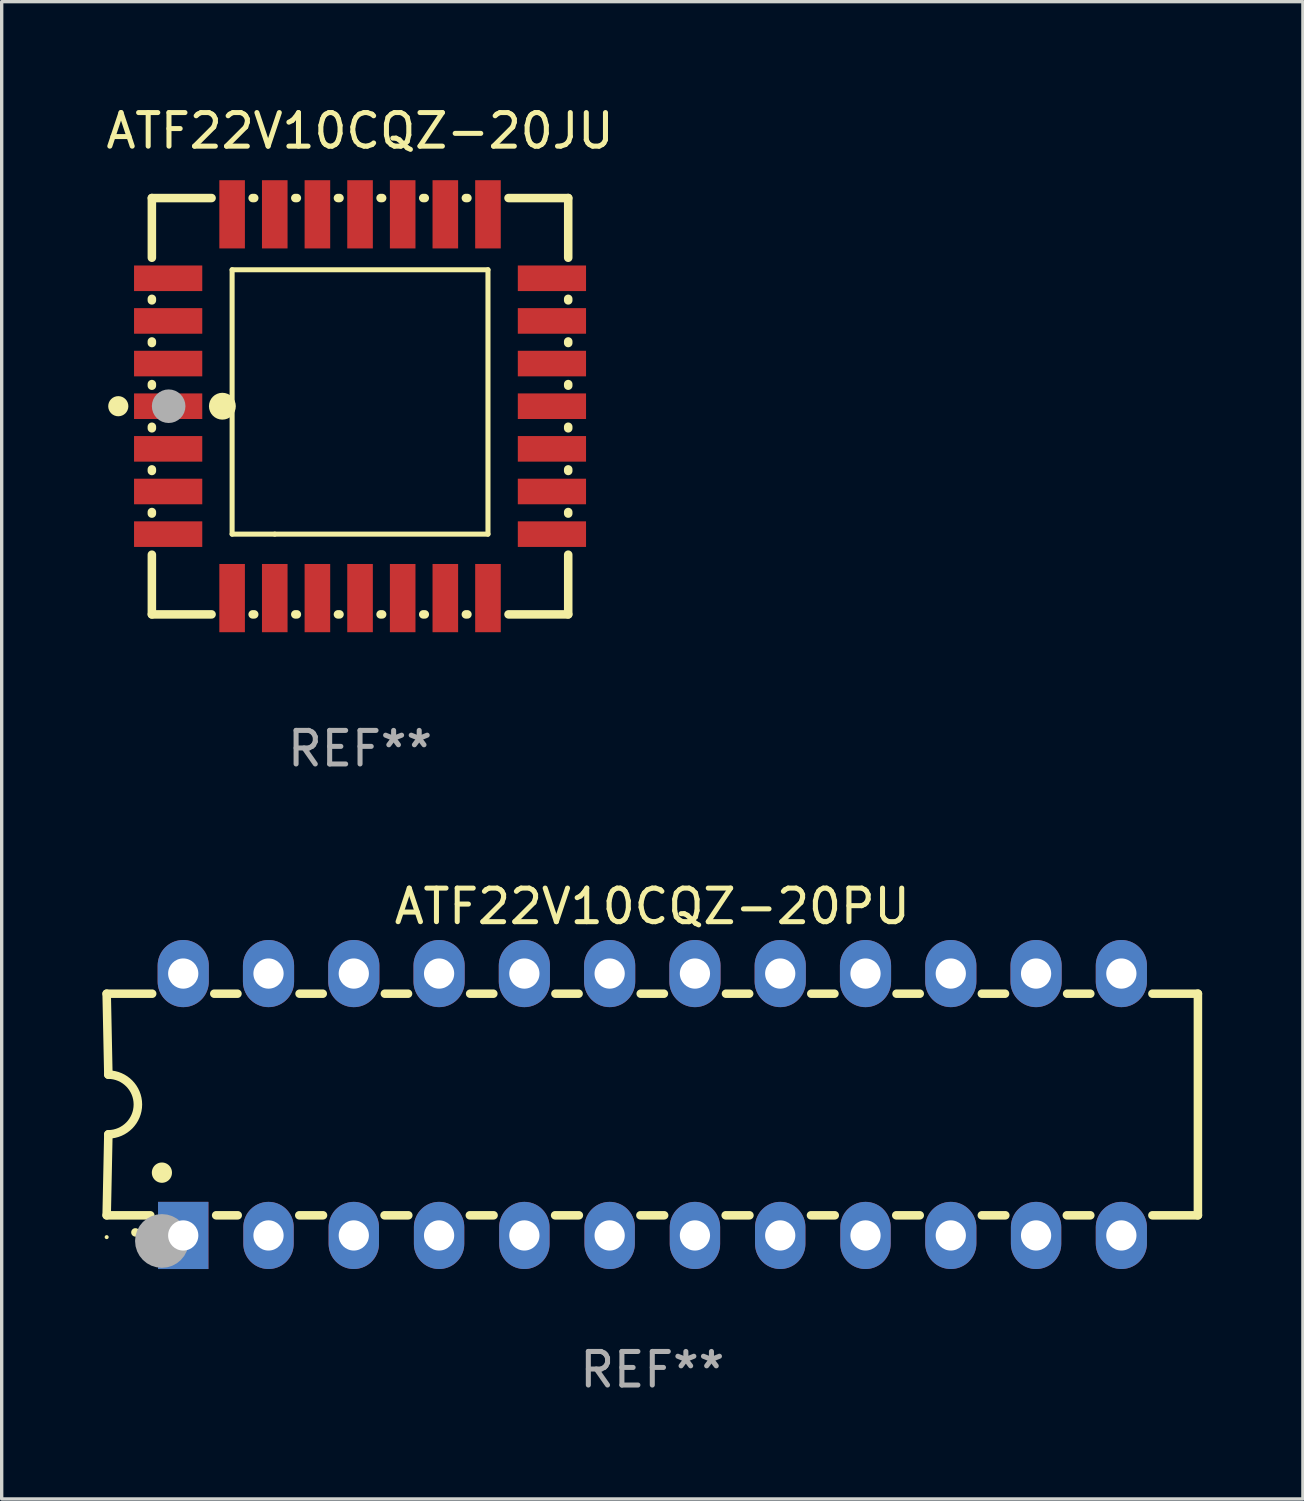
<source format=kicad_pcb>
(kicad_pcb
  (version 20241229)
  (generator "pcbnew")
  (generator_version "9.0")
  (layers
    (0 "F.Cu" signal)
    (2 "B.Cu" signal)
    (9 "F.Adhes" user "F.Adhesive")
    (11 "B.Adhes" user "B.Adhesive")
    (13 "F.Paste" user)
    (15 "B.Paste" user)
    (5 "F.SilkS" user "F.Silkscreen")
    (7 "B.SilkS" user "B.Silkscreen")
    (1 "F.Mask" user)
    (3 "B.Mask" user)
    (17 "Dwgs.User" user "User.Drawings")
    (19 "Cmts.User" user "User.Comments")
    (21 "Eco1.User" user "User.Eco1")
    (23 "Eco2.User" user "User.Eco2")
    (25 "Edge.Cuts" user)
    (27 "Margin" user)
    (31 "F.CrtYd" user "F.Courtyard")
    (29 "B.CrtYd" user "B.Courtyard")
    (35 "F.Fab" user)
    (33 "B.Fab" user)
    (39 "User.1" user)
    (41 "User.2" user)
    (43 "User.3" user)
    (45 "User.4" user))
  (footprint "ATF22V10CQZ-20JU"
    (layer "F.Cu")
    (at 7.673 9.048)
    (property "Reference" "ATF22V10CQZ-20JU" (at 0 -8.2 0) (layer "F.SilkS") (effects (font (size 1 1) (thickness 0.15))))
    (attr through_hole)
    (fp_line (start -6.2 -6.2) (end -4.422 -6.2) (stroke (width 0.254) (type solid)) (layer "F.SilkS"))
    (fp_line (start -6.2 -4.422) (end -6.2 -6.2) (stroke (width 0.254) (type solid)) (layer "F.SilkS"))
    (fp_line (start -6.2 -3.152) (end -6.2 -3.198) (stroke (width 0.254) (type solid)) (layer "F.SilkS"))
    (fp_line (start -6.2 -1.882) (end -6.2 -1.928) (stroke (width 0.254) (type solid)) (layer "F.SilkS"))
    (fp_line (start -6.2 -0.612) (end -6.2 -0.658) (stroke (width 0.254) (type solid)) (layer "F.SilkS"))
    (fp_line (start -6.2 0.658) (end -6.2 0.612) (stroke (width 0.254) (type solid)) (layer "F.SilkS"))
    (fp_line (start -6.2 1.928) (end -6.2 1.882) (stroke (width 0.254) (type solid)) (layer "F.SilkS"))
    (fp_line (start -6.2 3.198) (end -6.2 3.152) (stroke (width 0.254) (type solid)) (layer "F.SilkS"))
    (fp_line (start -6.2 6.2) (end -6.2 4.422) (stroke (width 0.254) (type solid)) (layer "F.SilkS"))
    (fp_line (start -4.422 6.2) (end -6.2 6.2) (stroke (width 0.254) (type solid)) (layer "F.SilkS"))
    (fp_line (start -3.81 -4.064) (end 3.81 -4.064) (stroke (width 0.15) (type solid)) (layer "F.SilkS"))
    (fp_line (start -3.81 3.81) (end -3.81 -4.064) (stroke (width 0.15) (type solid)) (layer "F.SilkS"))
    (fp_line (start -3.198 -6.2) (end -3.152 -6.2) (stroke (width 0.254) (type solid)) (layer "F.SilkS"))
    (fp_line (start -3.152 6.2) (end -3.198 6.2) (stroke (width 0.254) (type solid)) (layer "F.SilkS"))
    (fp_line (start -2.54 3.81) (end -3.81 3.81) (stroke (width 0.15) (type solid)) (layer "F.SilkS"))
    (fp_line (start -1.928 -6.2) (end -1.882 -6.2) (stroke (width 0.254) (type solid)) (layer "F.SilkS"))
    (fp_line (start -1.882 6.2) (end -1.928 6.2) (stroke (width 0.254) (type solid)) (layer "F.SilkS"))
    (fp_line (start -0.658 -6.2) (end -0.612 -6.2) (stroke (width 0.254) (type solid)) (layer "F.SilkS"))
    (fp_line (start -0.612 6.2) (end -0.658 6.2) (stroke (width 0.254) (type solid)) (layer "F.SilkS"))
    (fp_line (start 0.612 -6.2) (end 0.658 -6.2) (stroke (width 0.254) (type solid)) (layer "F.SilkS"))
    (fp_line (start 0.658 6.2) (end 0.612 6.2) (stroke (width 0.254) (type solid)) (layer "F.SilkS"))
    (fp_line (start 1.882 -6.2) (end 1.928 -6.2) (stroke (width 0.254) (type solid)) (layer "F.SilkS"))
    (fp_line (start 1.928 6.2) (end 1.882 6.2) (stroke (width 0.254) (type solid)) (layer "F.SilkS"))
    (fp_line (start 3.152 -6.2) (end 3.198 -6.2) (stroke (width 0.254) (type solid)) (layer "F.SilkS"))
    (fp_line (start 3.198 6.2) (end 3.152 6.2) (stroke (width 0.254) (type solid)) (layer "F.SilkS"))
    (fp_line (start 3.81 -4.064) (end 3.81 3.81) (stroke (width 0.15) (type solid)) (layer "F.SilkS"))
    (fp_line (start 3.81 3.81) (end -2.54 3.81) (stroke (width 0.15) (type solid)) (layer "F.SilkS"))
    (fp_line (start 4.422 -6.2) (end 6.2 -6.2) (stroke (width 0.254) (type solid)) (layer "F.SilkS"))
    (fp_line (start 6.2 -6.2) (end 6.2 -4.422) (stroke (width 0.254) (type solid)) (layer "F.SilkS"))
    (fp_line (start 6.2 -3.198) (end 6.2 -3.152) (stroke (width 0.254) (type solid)) (layer "F.SilkS"))
    (fp_line (start 6.2 -1.928) (end 6.2 -1.882) (stroke (width 0.254) (type solid)) (layer "F.SilkS"))
    (fp_line (start 6.2 -0.658) (end 6.2 -0.612) (stroke (width 0.254) (type solid)) (layer "F.SilkS"))
    (fp_line (start 6.2 0.612) (end 6.2 0.658) (stroke (width 0.254) (type solid)) (layer "F.SilkS"))
    (fp_line (start 6.2 1.882) (end 6.2 1.928) (stroke (width 0.254) (type solid)) (layer "F.SilkS"))
    (fp_line (start 6.2 3.152) (end 6.2 3.198) (stroke (width 0.254) (type solid)) (layer "F.SilkS"))
    (fp_line (start 6.2 4.422) (end 6.2 6.2) (stroke (width 0.254) (type solid)) (layer "F.SilkS"))
    (fp_line (start 6.2 6.2) (end 4.422 6.2) (stroke (width 0.254) (type solid)) (layer "F.SilkS"))
    (fp_circle (center -7.2 0) (end -7.05 0) (stroke (width 0.3) (type solid)) (fill no) (layer "F.SilkS"))
    (fp_circle (center -6.223 6.223) (end -6.193 6.223) (stroke (width 0.06) (type solid)) (fill no) (layer "F.SilkS"))
    (fp_circle (center -4.1 0) (end -3.9 0) (stroke (width 0.4) (type solid)) (fill no) (layer "F.SilkS"))
    (fp_circle (center -5.7 0) (end -5.45 0) (stroke (width 0.5) (type solid)) (fill no) (layer "F.Fab"))
    (fp_text user "REF**" (at 0 10.2 0) (layer "F.Fab") (effects (font (size 1 1) (thickness 0.15))))
    (pad "1" smd rect (at -5.715 0) (size 2.032 0.762) (layers "F.Cu" "F.Mask" "F.Paste"))
    (pad "2" smd rect (at -5.715 1.27) (size 2.032 0.762) (layers "F.Cu" "F.Mask" "F.Paste"))
    (pad "3" smd rect (at -5.715 2.54) (size 2.032 0.762) (layers "F.Cu" "F.Mask" "F.Paste"))
    (pad "4" smd rect (at -5.715 3.81) (size 2.032 0.762) (layers "F.Cu" "F.Mask" "F.Paste"))
    (pad "5" smd rect (at -3.81 5.715) (size 0.762 2.032) (layers "F.Cu" "F.Mask" "F.Paste"))
    (pad "6" smd rect (at -2.54 5.715) (size 0.762 2.032) (layers "F.Cu" "F.Mask" "F.Paste"))
    (pad "7" smd rect (at -1.27 5.715) (size 0.762 2.032) (layers "F.Cu" "F.Mask" "F.Paste"))
    (pad "8" smd rect (at 0 5.715) (size 0.762 2.032) (layers "F.Cu" "F.Mask" "F.Paste"))
    (pad "9" smd rect (at 1.27 5.715) (size 0.762 2.032) (layers "F.Cu" "F.Mask" "F.Paste"))
    (pad "10" smd rect (at 2.54 5.715) (size 0.762 2.032) (layers "F.Cu" "F.Mask" "F.Paste"))
    (pad "11" smd rect (at 3.81 5.715) (size 0.762 2.032) (layers "F.Cu" "F.Mask" "F.Paste"))
    (pad "12" smd rect (at 5.715 3.81) (size 2.032 0.762) (layers "F.Cu" "F.Mask" "F.Paste"))
    (pad "13" smd rect (at 5.715 2.54) (size 2.032 0.762) (layers "F.Cu" "F.Mask" "F.Paste"))
    (pad "14" smd rect (at 5.715 1.27) (size 2.032 0.762) (layers "F.Cu" "F.Mask" "F.Paste"))
    (pad "15" smd rect (at 5.715 0) (size 2.032 0.762) (layers "F.Cu" "F.Mask" "F.Paste"))
    (pad "16" smd rect (at 5.715 -1.27) (size 2.032 0.762) (layers "F.Cu" "F.Mask" "F.Paste"))
    (pad "17" smd rect (at 5.715 -2.54) (size 2.032 0.762) (layers "F.Cu" "F.Mask" "F.Paste"))
    (pad "18" smd rect (at 5.715 -3.81) (size 2.032 0.762) (layers "F.Cu" "F.Mask" "F.Paste"))
    (pad "19" smd rect (at 3.81 -5.715) (size 0.762 2.032) (layers "F.Cu" "F.Mask" "F.Paste"))
    (pad "20" smd rect (at 2.54 -5.715) (size 0.762 2.032) (layers "F.Cu" "F.Mask" "F.Paste"))
    (pad "21" smd rect (at 1.27 -5.715) (size 0.762 2.032) (layers "F.Cu" "F.Mask" "F.Paste"))
    (pad "22" smd rect (at 0 -5.715) (size 0.762 2.032) (layers "F.Cu" "F.Mask" "F.Paste"))
    (pad "23" smd rect (at -1.27 -5.715) (size 0.762 2.032) (layers "F.Cu" "F.Mask" "F.Paste"))
    (pad "24" smd rect (at -2.54 -5.715) (size 0.762 2.032) (layers "F.Cu" "F.Mask" "F.Paste"))
    (pad "25" smd rect (at -3.81 -5.715) (size 0.762 2.032) (layers "F.Cu" "F.Mask" "F.Paste"))
    (pad "26" smd rect (at -5.715 -3.81) (size 2.032 0.762) (layers "F.Cu" "F.Mask" "F.Paste"))
    (pad "27" smd rect (at -5.715 -2.54) (size 2.032 0.762) (layers "F.Cu" "F.Mask" "F.Paste"))
    (pad "28" smd rect (at -5.715 -1.27) (size 2.032 0.762) (layers "F.Cu" "F.Mask" "F.Paste")))
  (footprint "ATF22V10CQZ-20PU"
    (layer "F.Cu")
    (at 16.377 29.845)
    (property "Reference" "ATF22V10CQZ-20PU" (at 0 -5.9 0) (layer "F.SilkS") (effects (font (size 1 1) (thickness 0.15))))
    (attr through_hole)
    (fp_line (start -16.25 -3.3) (end -16.2 -0.889) (stroke (width 0.254) (type solid)) (layer "F.SilkS"))
    (fp_line (start -16.25 -3.3) (end -14.895 -3.3) (stroke (width 0.254) (type solid)) (layer "F.SilkS"))
    (fp_line (start -16.25 3.3) (end -16.2 0.889) (stroke (width 0.254) (type solid)) (layer "F.SilkS"))
    (fp_line (start -16.25 3.3) (end -14.951 3.3) (stroke (width 0.254) (type solid)) (layer "F.SilkS"))
    (fp_line (start -13.045 -3.3) (end -12.355 -3.3) (stroke (width 0.254) (type solid)) (layer "F.SilkS"))
    (fp_line (start -12.989 3.3) (end -12.347 3.3) (stroke (width 0.254) (type solid)) (layer "F.SilkS"))
    (fp_line (start -10.514 3.3) (end -9.807 3.3) (stroke (width 0.254) (type solid)) (layer "F.SilkS"))
    (fp_line (start -10.505 -3.3) (end -9.815 -3.3) (stroke (width 0.254) (type solid)) (layer "F.SilkS"))
    (fp_line (start -7.974 3.3) (end -7.267 3.3) (stroke (width 0.254) (type solid)) (layer "F.SilkS"))
    (fp_line (start -7.965 -3.3) (end -7.275 -3.3) (stroke (width 0.254) (type solid)) (layer "F.SilkS"))
    (fp_line (start -5.434 3.3) (end -4.727 3.3) (stroke (width 0.254) (type solid)) (layer "F.SilkS"))
    (fp_line (start -5.425 -3.3) (end -4.735 -3.3) (stroke (width 0.254) (type solid)) (layer "F.SilkS"))
    (fp_line (start -2.894 3.3) (end -2.187 3.3) (stroke (width 0.254) (type solid)) (layer "F.SilkS"))
    (fp_line (start -2.885 -3.3) (end -2.195 -3.3) (stroke (width 0.254) (type solid)) (layer "F.SilkS"))
    (fp_line (start -0.354 3.3) (end 0.353 3.3) (stroke (width 0.254) (type solid)) (layer "F.SilkS"))
    (fp_line (start -0.345 -3.3) (end 0.345 -3.3) (stroke (width 0.254) (type solid)) (layer "F.SilkS"))
    (fp_line (start 2.186 3.3) (end 2.893 3.3) (stroke (width 0.254) (type solid)) (layer "F.SilkS"))
    (fp_line (start 2.195 -3.3) (end 2.885 -3.3) (stroke (width 0.254) (type solid)) (layer "F.SilkS"))
    (fp_line (start 4.726 3.3) (end 5.434 3.3) (stroke (width 0.254) (type solid)) (layer "F.SilkS"))
    (fp_line (start 4.735 -3.3) (end 5.425 -3.3) (stroke (width 0.254) (type solid)) (layer "F.SilkS"))
    (fp_line (start 7.266 3.3) (end 7.965 3.3) (stroke (width 0.254) (type solid)) (layer "F.SilkS"))
    (fp_line (start 7.275 -3.3) (end 7.965 -3.3) (stroke (width 0.254) (type solid)) (layer "F.SilkS"))
    (fp_line (start 9.815 -3.3) (end 10.505 -3.3) (stroke (width 0.254) (type solid)) (layer "F.SilkS"))
    (fp_line (start 9.815 3.3) (end 10.514 3.3) (stroke (width 0.254) (type solid)) (layer "F.SilkS"))
    (fp_line (start 12.346 3.3) (end 13.045 3.3) (stroke (width 0.254) (type solid)) (layer "F.SilkS"))
    (fp_line (start 12.355 -3.3) (end 13.045 -3.3) (stroke (width 0.254) (type solid)) (layer "F.SilkS"))
    (fp_line (start 16.25 -3.3) (end 14.895 -3.3) (stroke (width 0.254) (type solid)) (layer "F.SilkS"))
    (fp_line (start 16.25 -3.3) (end 16.25 3.3) (stroke (width 0.254) (type solid)) (layer "F.SilkS"))
    (fp_line (start 16.25 3.3) (end 14.895 3.3) (stroke (width 0.254) (type solid)) (layer "F.SilkS"))
    (fp_arc (start -16.201016 -0.890146) (mid -15.311429 -0.001055) (end -16.200025 0.889027) (stroke (width 0.254001) (type solid)) (layer "F.SilkS"))
    (fp_arc (start -15.394971 3.810033) (mid -15.394978 3.808763) (end -15.394971 3.807493) (stroke (width 0.25) (type solid)) (layer "F.SilkS"))
    (fp_arc (start -14.605029 2.032029) (mid -14.60504 2.029489) (end -14.605029 2.026949) (stroke (width 0.6) (type solid)) (layer "F.SilkS"))
    (fp_circle (center -16.25 3.95) (end -16.22 3.95) (stroke (width 0.06) (type solid)) (fill no) (layer "F.SilkS"))
    (fp_circle (center -14.605 4.064) (end -14.205 4.064) (stroke (width 0.8) (type solid)) (fill no) (layer "F.Fab"))
    (fp_text user "REF**" (at 0 7.9 0) (layer "F.Fab") (effects (font (size 1 1) (thickness 0.15))))
    (pad "1" thru_hole rect (at -13.97 3.9 90) (size 2 1.5) (drill 0.9) (layers "*.Cu" "*.Mask"))
    (pad "2" thru_hole oval (at -11.43 3.9 90) (size 2 1.5) (drill 0.9) (layers "*.Cu" "*.Mask"))
    (pad "3" thru_hole oval (at -8.89 3.9 90) (size 2 1.5) (drill 0.9) (layers "*.Cu" "*.Mask"))
    (pad "4" thru_hole oval (at -6.35 3.9 90) (size 2 1.5) (drill 0.9) (layers "*.Cu" "*.Mask"))
    (pad "5" thru_hole oval (at -3.81 3.9 90) (size 2 1.5) (drill 0.9) (layers "*.Cu" "*.Mask"))
    (pad "6" thru_hole oval (at -1.27 3.9 90) (size 2 1.5) (drill 0.9) (layers "*.Cu" "*.Mask"))
    (pad "7" thru_hole oval (at 1.27 3.9 90) (size 2 1.5) (drill 0.9) (layers "*.Cu" "*.Mask"))
    (pad "8" thru_hole oval (at 3.81 3.9 90) (size 2 1.5) (drill 0.9) (layers "*.Cu" "*.Mask"))
    (pad "9" thru_hole oval (at 6.35 3.9 90) (size 2 1.5) (drill 0.9) (layers "*.Cu" "*.Mask"))
    (pad "10" thru_hole oval (at 8.89 3.9 90) (size 2 1.524) (drill 0.9) (layers "*.Cu" "*.Mask"))
    (pad "11" thru_hole oval (at 11.43 3.9 90) (size 2 1.5) (drill 0.9) (layers "*.Cu" "*.Mask"))
    (pad "12" thru_hole oval (at 13.97 3.9 90) (size 2 1.524) (drill 0.9) (layers "*.Cu" "*.Mask"))
    (pad "13" thru_hole oval (at 13.97 -3.9 90) (size 2 1.524) (drill 0.9) (layers "*.Cu" "*.Mask"))
    (pad "14" thru_hole oval (at 11.43 -3.9 90) (size 2 1.524) (drill 0.9) (layers "*.Cu" "*.Mask"))
    (pad "15" thru_hole oval (at 8.89 -3.9 90) (size 2 1.524) (drill 0.9) (layers "*.Cu" "*.Mask"))
    (pad "16" thru_hole oval (at 6.35 -3.9 90) (size 2 1.524) (drill 0.9) (layers "*.Cu" "*.Mask"))
    (pad "17" thru_hole oval (at 3.81 -3.9 90) (size 2 1.524) (drill 0.9) (layers "*.Cu" "*.Mask"))
    (pad "18" thru_hole oval (at 1.27 -3.9 90) (size 2 1.524) (drill 0.9) (layers "*.Cu" "*.Mask"))
    (pad "19" thru_hole oval (at -1.27 -3.9 90) (size 2 1.524) (drill 0.9) (layers "*.Cu" "*.Mask"))
    (pad "20" thru_hole oval (at -3.81 -3.9 90) (size 2 1.524) (drill 0.9) (layers "*.Cu" "*.Mask"))
    (pad "21" thru_hole oval (at -6.35 -3.9 90) (size 2 1.524) (drill 0.9) (layers "*.Cu" "*.Mask"))
    (pad "22" thru_hole oval (at -8.89 -3.9 90) (size 2 1.524) (drill 0.9) (layers "*.Cu" "*.Mask"))
    (pad "23" thru_hole oval (at -11.43 -3.9 90) (size 2 1.524) (drill 0.9) (layers "*.Cu" "*.Mask"))
    (pad "24" thru_hole oval (at -13.97 -3.9 90) (size 2 1.524) (drill 0.9) (layers "*.Cu" "*.Mask")))
  (gr_rect
    (start -3 -3)
    (end 35.754 41.593)
    (stroke (width 0.1) (type default))
    (fill no)
    (layer "Edge.Cuts")))
</source>
